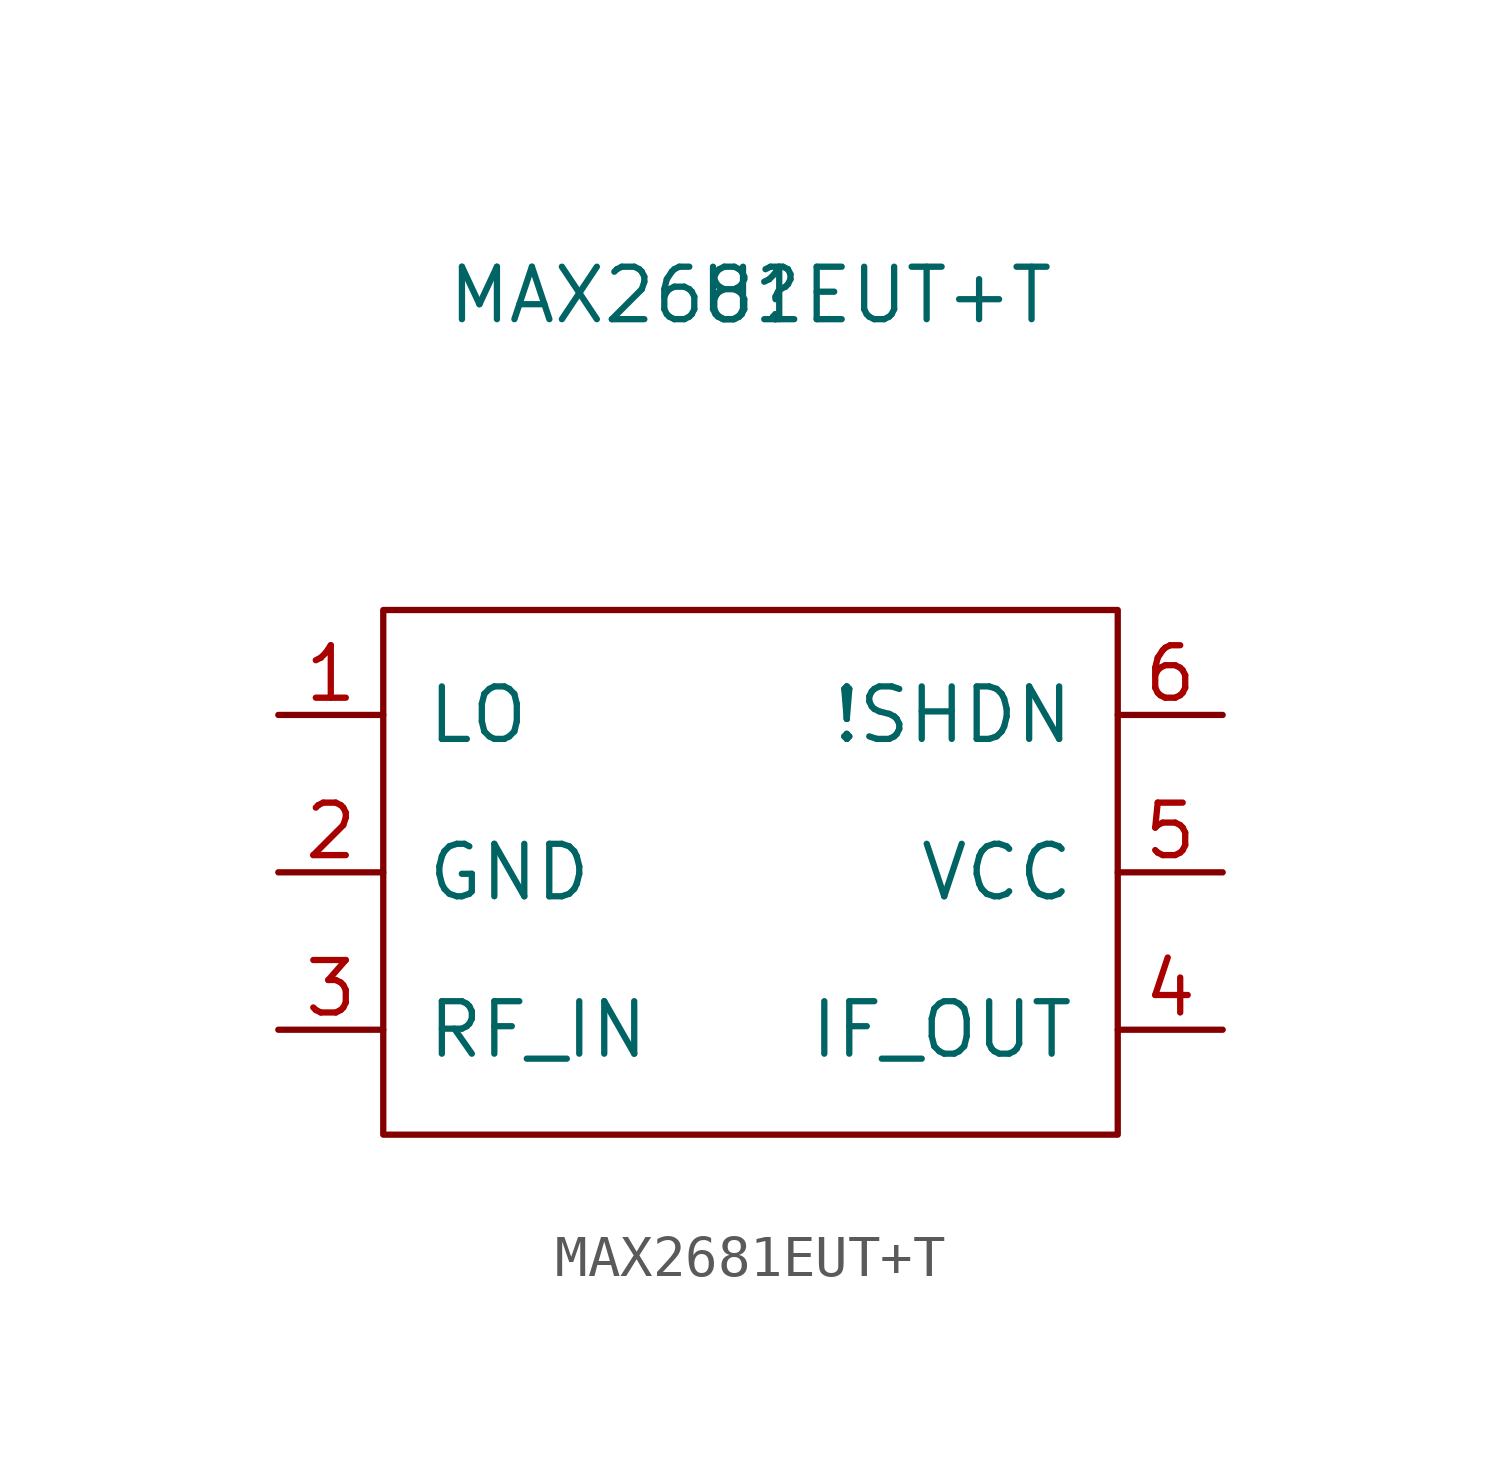
<source format=kicad_sym>
(kicad_symbol_lib
  (version 20211014)
  (generator kicad_symbol_editor)
  (symbol "MAX2681EUT+T"
    (pin_names
      (offset 1.016))
    (property "Reference" "U"
      (at 0 13.97 0)
      (effects (font (size 1.27 1.27))))
    (property "Value" "MAX2681EUT+T"
      (at 0 13.97 0)
      (effects (font (size 1.27 1.27))))
    (symbol "MAX2681EUT+T_0_1"
      (rectangle (start -8.89 6.35) (end 8.89 -6.35) (stroke (width 0) (type default) (color 0 0 0 0)) (fill (type none))))
    (symbol "MAX2681EUT+T_1_1"
      (pin input line (at -11.43 3.81 0) (length 2.54) (name "LO" (effects (font (size 1.27 1.27)))) (number "1" (effects (font (size 1.27 1.27)))))
      (pin output line (at -11.43 0 0) (length 2.54) (name "GND" (effects (font (size 1.27 1.27)))) (number "2" (effects (font (size 1.27 1.27)))))
      (pin input line (at -11.43 -3.81 0) (length 2.54) (name "RF_IN" (effects (font (size 1.27 1.27)))) (number "3" (effects (font (size 1.27 1.27)))))
      (pin output line (at 11.43 -3.81 180) (length 2.54) (name "IF_OUT" (effects (font (size 1.27 1.27)))) (number "4" (effects (font (size 1.27 1.27)))))
      (pin power_in line (at 11.43 0 180) (length 2.54) (name "VCC" (effects (font (size 1.27 1.27)))) (number "5" (effects (font (size 1.27 1.27)))))
      (pin input line (at 11.43 3.81 180) (length 2.54) (name "!SHDN" (effects (font (size 1.27 1.27)))) (number "6" (effects (font (size 1.27 1.27))))))))
</source>
